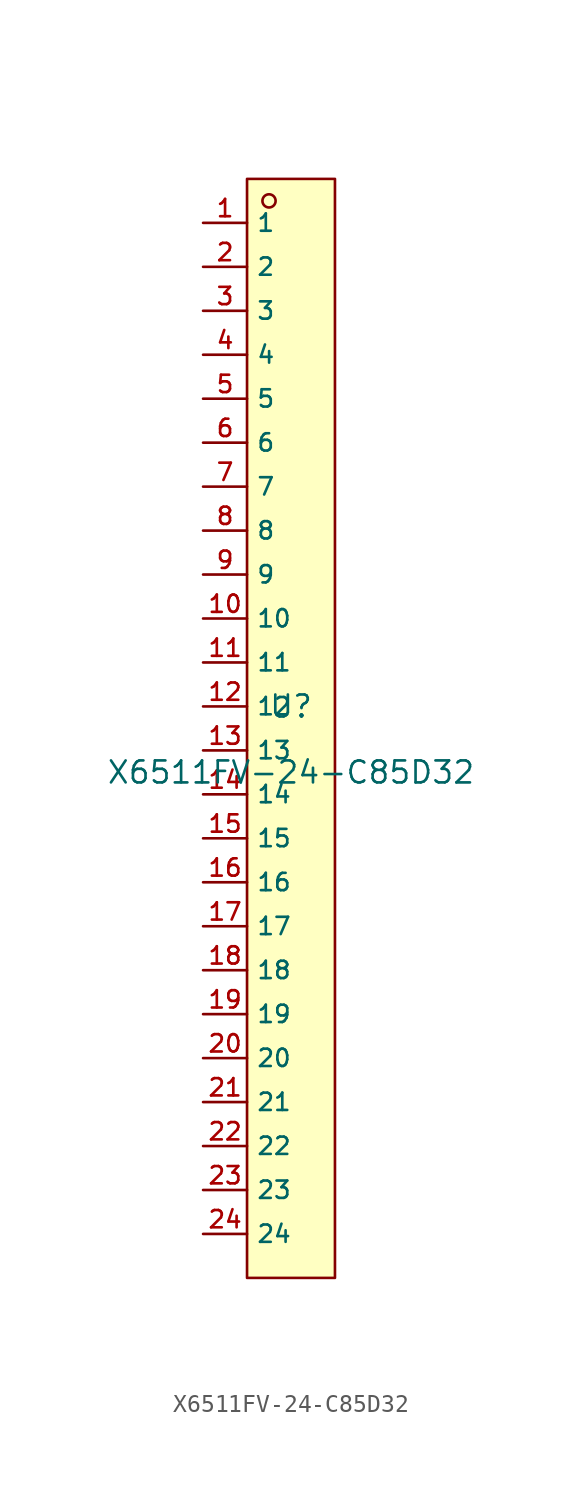
<source format=kicad_sym>
(kicad_symbol_lib
  (version 20210201)
  (generator TousstNicolas/JLC2KiCad_lib)
  (symbol "X6511FV-24-C85D32"
    (property "Reference" "U"
      (at 0 1.27 0)
      (effects (font (size 1.27 1.27))))
    (property "Value" "X6511FV-24-C85D32"
      (at 0 -2.54 0)
      (effects (font (size 1.27 1.27))))
    (symbol "X6511FV-24-C85D32_0_1"
      (rectangle (start -2.54 31.75) (end 2.54 -31.75) (stroke (width 0) (type default) (color 0 0 0 0)) (fill (type background)))
      (circle (center -1.27 30.48) (radius 0.381) (stroke (width 0) (type default) (color 0 0 0 0)) (fill (type background)))
      (pin unspecified line (at -5.08 29.21 0) (length 2.54) (name "1" (effects (font (size 1 1)))) (number "1" (effects (font (size 1 1)))))
      (pin unspecified line (at -5.08 26.67 0) (length 2.54) (name "2" (effects (font (size 1 1)))) (number "2" (effects (font (size 1 1)))))
      (pin unspecified line (at -5.08 24.13 0) (length 2.54) (name "3" (effects (font (size 1 1)))) (number "3" (effects (font (size 1 1)))))
      (pin unspecified line (at -5.08 21.59 0) (length 2.54) (name "4" (effects (font (size 1 1)))) (number "4" (effects (font (size 1 1)))))
      (pin unspecified line (at -5.08 19.05 0) (length 2.54) (name "5" (effects (font (size 1 1)))) (number "5" (effects (font (size 1 1)))))
      (pin unspecified line (at -5.08 16.51 0) (length 2.54) (name "6" (effects (font (size 1 1)))) (number "6" (effects (font (size 1 1)))))
      (pin unspecified line (at -5.08 13.97 0) (length 2.54) (name "7" (effects (font (size 1 1)))) (number "7" (effects (font (size 1 1)))))
      (pin unspecified line (at -5.08 11.43 0) (length 2.54) (name "8" (effects (font (size 1 1)))) (number "8" (effects (font (size 1 1)))))
      (pin unspecified line (at -5.08 8.89 0) (length 2.54) (name "9" (effects (font (size 1 1)))) (number "9" (effects (font (size 1 1)))))
      (pin unspecified line (at -5.08 6.35 0) (length 2.54) (name "10" (effects (font (size 1 1)))) (number "10" (effects (font (size 1 1)))))
      (pin unspecified line (at -5.08 3.81 0) (length 2.54) (name "11" (effects (font (size 1 1)))) (number "11" (effects (font (size 1 1)))))
      (pin unspecified line (at -5.08 1.27 0) (length 2.54) (name "12" (effects (font (size 1 1)))) (number "12" (effects (font (size 1 1)))))
      (pin unspecified line (at -5.08 -1.27 0) (length 2.54) (name "13" (effects (font (size 1 1)))) (number "13" (effects (font (size 1 1)))))
      (pin unspecified line (at -5.08 -3.81 0) (length 2.54) (name "14" (effects (font (size 1 1)))) (number "14" (effects (font (size 1 1)))))
      (pin unspecified line (at -5.08 -6.35 0) (length 2.54) (name "15" (effects (font (size 1 1)))) (number "15" (effects (font (size 1 1)))))
      (pin unspecified line (at -5.08 -8.89 0) (length 2.54) (name "16" (effects (font (size 1 1)))) (number "16" (effects (font (size 1 1)))))
      (pin unspecified line (at -5.08 -11.43 0) (length 2.54) (name "17" (effects (font (size 1 1)))) (number "17" (effects (font (size 1 1)))))
      (pin unspecified line (at -5.08 -13.97 0) (length 2.54) (name "18" (effects (font (size 1 1)))) (number "18" (effects (font (size 1 1)))))
      (pin unspecified line (at -5.08 -16.51 0) (length 2.54) (name "19" (effects (font (size 1 1)))) (number "19" (effects (font (size 1 1)))))
      (pin unspecified line (at -5.08 -19.05 0) (length 2.54) (name "20" (effects (font (size 1 1)))) (number "20" (effects (font (size 1 1)))))
      (pin unspecified line (at -5.08 -21.59 0) (length 2.54) (name "21" (effects (font (size 1 1)))) (number "21" (effects (font (size 1 1)))))
      (pin unspecified line (at -5.08 -24.13 0) (length 2.54) (name "22" (effects (font (size 1 1)))) (number "22" (effects (font (size 1 1)))))
      (pin unspecified line (at -5.08 -26.67 0) (length 2.54) (name "23" (effects (font (size 1 1)))) (number "23" (effects (font (size 1 1)))))
      (pin unspecified line (at -5.08 -29.21 0) (length 2.54) (name "24" (effects (font (size 1 1)))) (number "24" (effects (font (size 1 1))))))))
</source>
